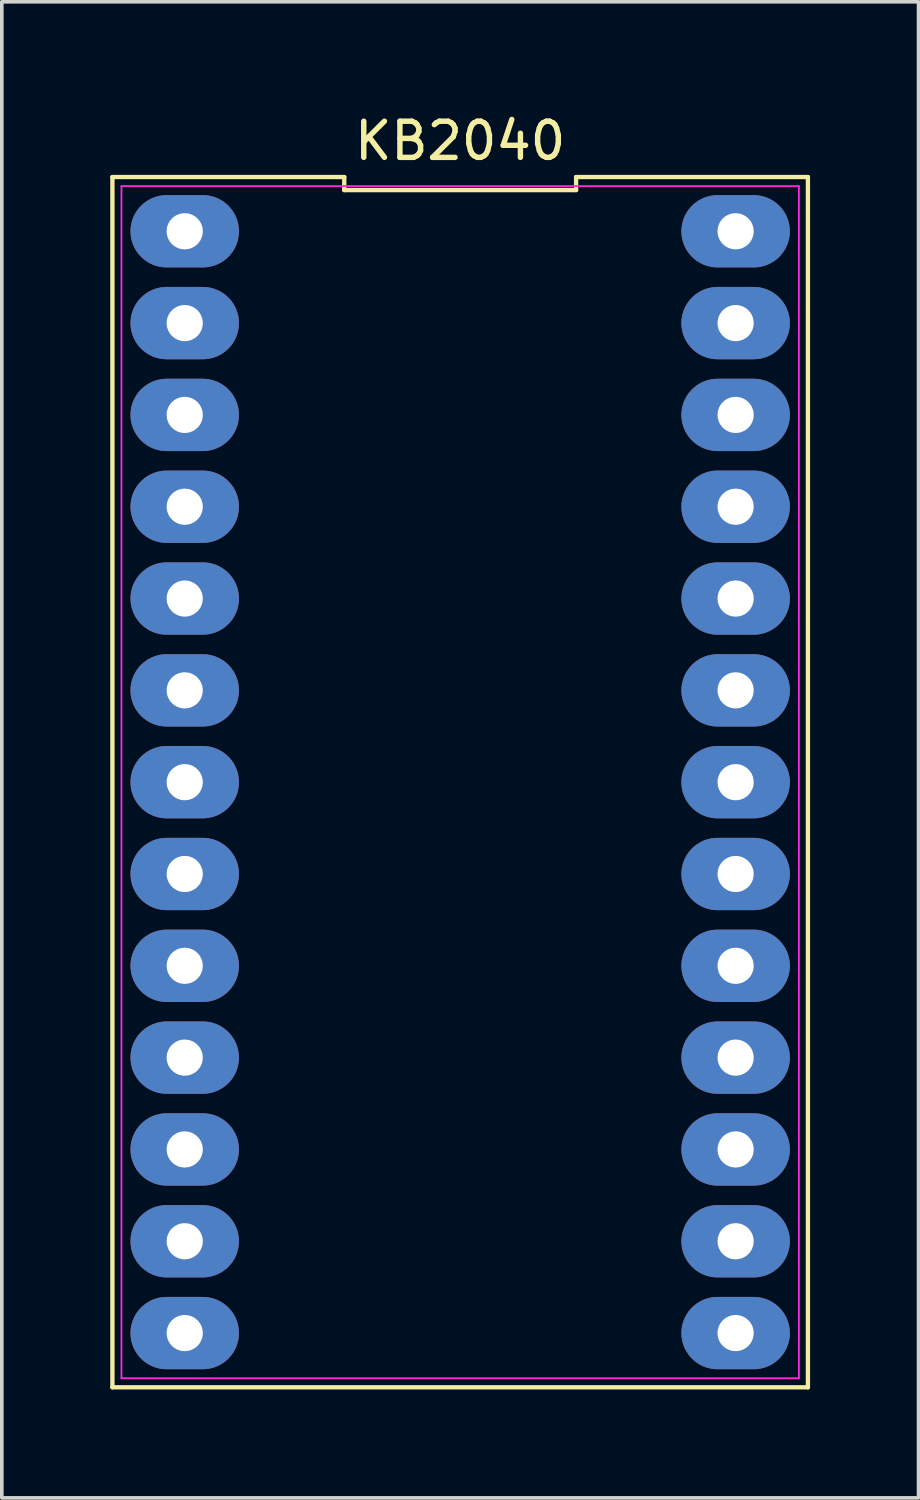
<source format=kicad_pcb>
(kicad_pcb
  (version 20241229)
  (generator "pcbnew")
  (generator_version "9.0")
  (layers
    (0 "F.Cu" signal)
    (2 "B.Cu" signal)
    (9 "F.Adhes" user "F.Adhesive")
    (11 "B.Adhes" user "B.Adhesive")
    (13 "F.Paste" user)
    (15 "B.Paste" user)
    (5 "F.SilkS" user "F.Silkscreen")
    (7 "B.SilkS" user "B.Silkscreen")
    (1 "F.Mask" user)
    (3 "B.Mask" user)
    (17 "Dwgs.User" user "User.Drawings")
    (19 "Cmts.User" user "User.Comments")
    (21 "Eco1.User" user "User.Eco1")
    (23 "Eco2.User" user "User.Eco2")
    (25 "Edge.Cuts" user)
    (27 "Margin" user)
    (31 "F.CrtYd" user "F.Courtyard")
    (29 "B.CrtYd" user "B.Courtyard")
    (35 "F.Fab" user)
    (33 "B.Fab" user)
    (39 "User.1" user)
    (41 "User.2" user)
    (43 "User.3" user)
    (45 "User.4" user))
  (footprint "KB2040"
    (layer "F.Cu")
    (at 10.48 17.788)
    (property "Reference" "KB2040" (at -0.8 -16.94 0) (layer "F.SilkS") (effects (font (size 1 1) (thickness 0.15))))
    (fp_line (start -10.42 17.54) (end 8.82 17.54) (stroke (width 0.12) (type default)) (layer "F.SilkS"))
    (fp_line (start -10.42 -15.94) (end -10.42 17.54) (stroke (width 0.12) (type default)) (layer "F.SilkS"))
    (fp_line (start -4.007 -15.94) (end -10.42 -15.94) (stroke (width 0.12) (type default)) (layer "F.SilkS"))
    (fp_line (start -4.007 -15.58) (end -4.007 -15.94) (stroke (width 0.12) (type default)) (layer "F.SilkS"))
    (fp_line (start 2.407 -15.94) (end 2.407 -15.58) (stroke (width 0.12) (type default)) (layer "F.SilkS"))
    (fp_line (start 2.407 -15.58) (end -4.007 -15.58) (stroke (width 0.12) (type default)) (layer "F.SilkS"))
    (fp_line (start 8.82 17.54) (end 8.82 -15.94) (stroke (width 0.12) (type default)) (layer "F.SilkS"))
    (fp_line (start 8.82 -15.94) (end 2.407 -15.94) (stroke (width 0.12) (type default)) (layer "F.SilkS"))
    (fp_line (start -10.17 -15.69) (end 8.57 -15.69) (stroke (width 0.05) (type default)) (layer "F.CrtYd"))
    (fp_line (start -10.17 17.29) (end -10.17 -15.69) (stroke (width 0.05) (type default)) (layer "F.CrtYd"))
    (fp_line (start 8.57 -15.69) (end 8.57 17.29) (stroke (width 0.05) (type default)) (layer "F.CrtYd"))
    (fp_line (start 8.57 17.29) (end -10.17 17.29) (stroke (width 0.05) (type default)) (layer "F.CrtYd"))
    (pad "1" thru_hole oval (at -8.42 -14.44 270) (size 2 3) (drill 1) (layers "*.Cu" "*.Mask"))
    (pad "2" thru_hole oval (at -8.42 -11.9 270) (size 2 3) (drill 1) (layers "*.Cu" "*.Mask"))
    (pad "3" thru_hole oval (at -8.42 -9.36 270) (size 2 3) (drill 1) (layers "*.Cu" "*.Mask"))
    (pad "4" thru_hole oval (at -8.42 -6.82 270) (size 2 3) (drill 1) (layers "*.Cu" "*.Mask"))
    (pad "5" thru_hole oval (at -8.42 -4.28 270) (size 2 3) (drill 1) (layers "*.Cu" "*.Mask"))
    (pad "6" thru_hole oval (at -8.42 -1.74 270) (size 2 3) (drill 1) (layers "*.Cu" "*.Mask"))
    (pad "7" thru_hole oval (at -8.42 0.8 270) (size 2 3) (drill 1) (layers "*.Cu" "*.Mask"))
    (pad "8" thru_hole oval (at -8.42 3.34 270) (size 2 3) (drill 1) (layers "*.Cu" "*.Mask"))
    (pad "9" thru_hole oval (at -8.42 5.88 270) (size 2 3) (drill 1) (layers "*.Cu" "*.Mask"))
    (pad "10" thru_hole oval (at -8.42 8.42 270) (size 2 3) (drill 1) (layers "*.Cu" "*.Mask"))
    (pad "11" thru_hole oval (at -8.42 10.96 270) (size 2 3) (drill 1) (layers "*.Cu" "*.Mask"))
    (pad "12" thru_hole oval (at -8.42 13.5 270) (size 2 3) (drill 1) (layers "*.Cu" "*.Mask"))
    (pad "13" thru_hole oval (at -8.42 16.04 270) (size 2 3) (drill 1) (layers "*.Cu" "*.Mask"))
    (pad "14" thru_hole oval (at 6.82 16.04 270) (size 2 3) (drill 1) (layers "*.Cu" "*.Mask"))
    (pad "15" thru_hole oval (at 6.82 13.5 270) (size 2 3) (drill 1) (layers "*.Cu" "*.Mask"))
    (pad "16" thru_hole oval (at 6.82 10.96 270) (size 2 3) (drill 1) (layers "*.Cu" "*.Mask"))
    (pad "17" thru_hole oval (at 6.82 8.42 270) (size 2 3) (drill 1) (layers "*.Cu" "*.Mask"))
    (pad "18" thru_hole oval (at 6.82 5.88 270) (size 2 3) (drill 1) (layers "*.Cu" "*.Mask"))
    (pad "19" thru_hole oval (at 6.82 3.34 270) (size 2 3) (drill 1) (layers "*.Cu" "*.Mask"))
    (pad "20" thru_hole oval (at 6.82 0.8 270) (size 2 3) (drill 1) (layers "*.Cu" "*.Mask"))
    (pad "21" thru_hole oval (at 6.82 -1.74 270) (size 2 3) (drill 1) (layers "*.Cu" "*.Mask"))
    (pad "22" thru_hole oval (at 6.82 -4.28 270) (size 2 3) (drill 1) (layers "*.Cu" "*.Mask"))
    (pad "23" thru_hole oval (at 6.82 -6.82 270) (size 2 3) (drill 1) (layers "*.Cu" "*.Mask"))
    (pad "24" thru_hole oval (at 6.82 -9.36 270) (size 2 3) (drill 1) (layers "*.Cu" "*.Mask"))
    (pad "25" thru_hole oval (at 6.82 -11.9 270) (size 2 3) (drill 1) (layers "*.Cu" "*.Mask"))
    (pad "26" thru_hole oval (at 6.82 -14.44 270) (size 2 3) (drill 1) (layers "*.Cu" "*.Mask")))
  (gr_rect
    (start -3 -3)
    (end 22.36 38.388)
    (stroke (width 0.1) (type default))
    (fill no)
    (layer "Edge.Cuts")))
</source>
